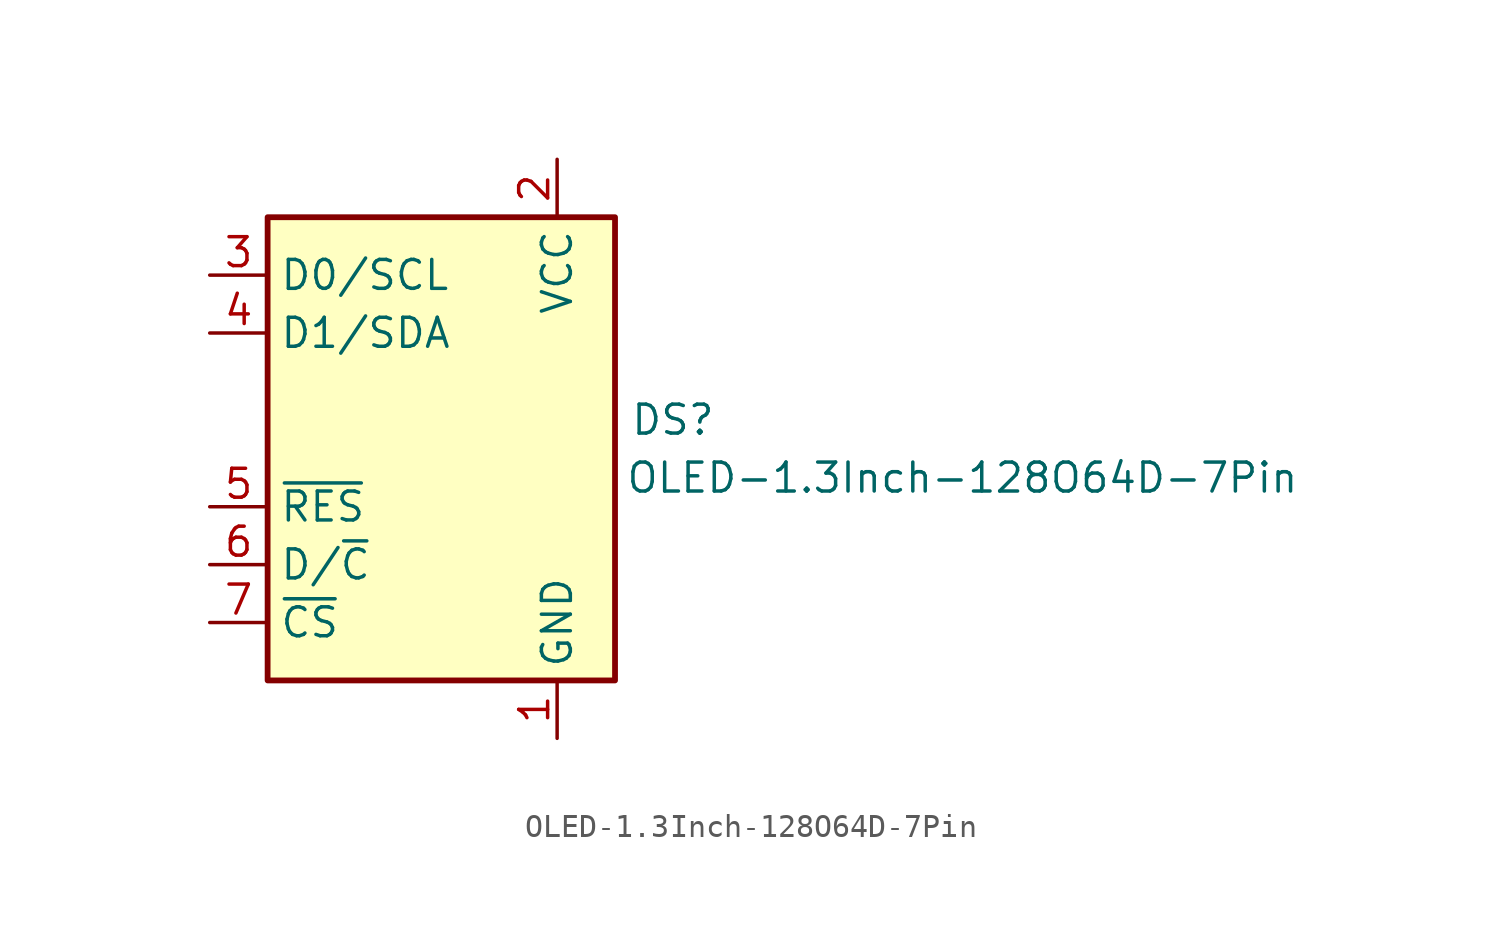
<source format=kicad_sym>
(kicad_symbol_lib
  (version 20231120)
  (generator "kicad_symbol_editor")
  (generator_version "8.0")
  (symbol "OLED-1.3Inch-128O64D-7Pin"
    (property "Reference" "DS"
      (at 10.16 1.27 0)
      (effects (font (size 1.27 1.27))))
    (property "Value" "OLED-1.3Inch-128O64D-7Pin"
      (at 22.86 -1.27 0)
      (effects (font (size 1.27 1.27))))
    (symbol "OLED-1.3Inch-128O64D-7Pin_0_1"
      (rectangle (start -7.62 10.16) (end 7.62 -10.16) (stroke (width 0.254) (type default)) (fill (type background))))
    (symbol "OLED-1.3Inch-128O64D-7Pin_1_1"
      (pin power_in line (at 5.08 -12.7 90) (length 2.54) (name "GND" (effects (font (size 1.27 1.27)))) (number "1" (effects (font (size 1.27 1.27)))))
      (pin power_in line (at 5.08 12.7 270) (length 2.54) (name "VCC" (effects (font (size 1.27 1.27)))) (number "2" (effects (font (size 1.27 1.27)))))
      (pin bidirectional line (at -10.16 7.62 0) (length 2.54) (name "D0/SCL" (effects (font (size 1.27 1.27)))) (number "3" (effects (font (size 1.27 1.27)))))
      (pin bidirectional line (at -10.16 5.08 0) (length 2.54) (name "D1/SDA" (effects (font (size 1.27 1.27)))) (number "4" (effects (font (size 1.27 1.27)))))
      (pin input line (at -10.16 -2.54 0) (length 2.54) (name "~{RES}" (effects (font (size 1.27 1.27)))) (number "5" (effects (font (size 1.27 1.27)))))
      (pin input line (at -10.16 -5.08 0) (length 2.54) (name "D/~{C}" (effects (font (size 1.27 1.27)))) (number "6" (effects (font (size 1.27 1.27)))))
      (pin input line (at -10.16 -7.62 0) (length 2.54) (name "~{CS}" (effects (font (size 1.27 1.27)))) (number "7" (effects (font (size 1.27 1.27))))))))
</source>
